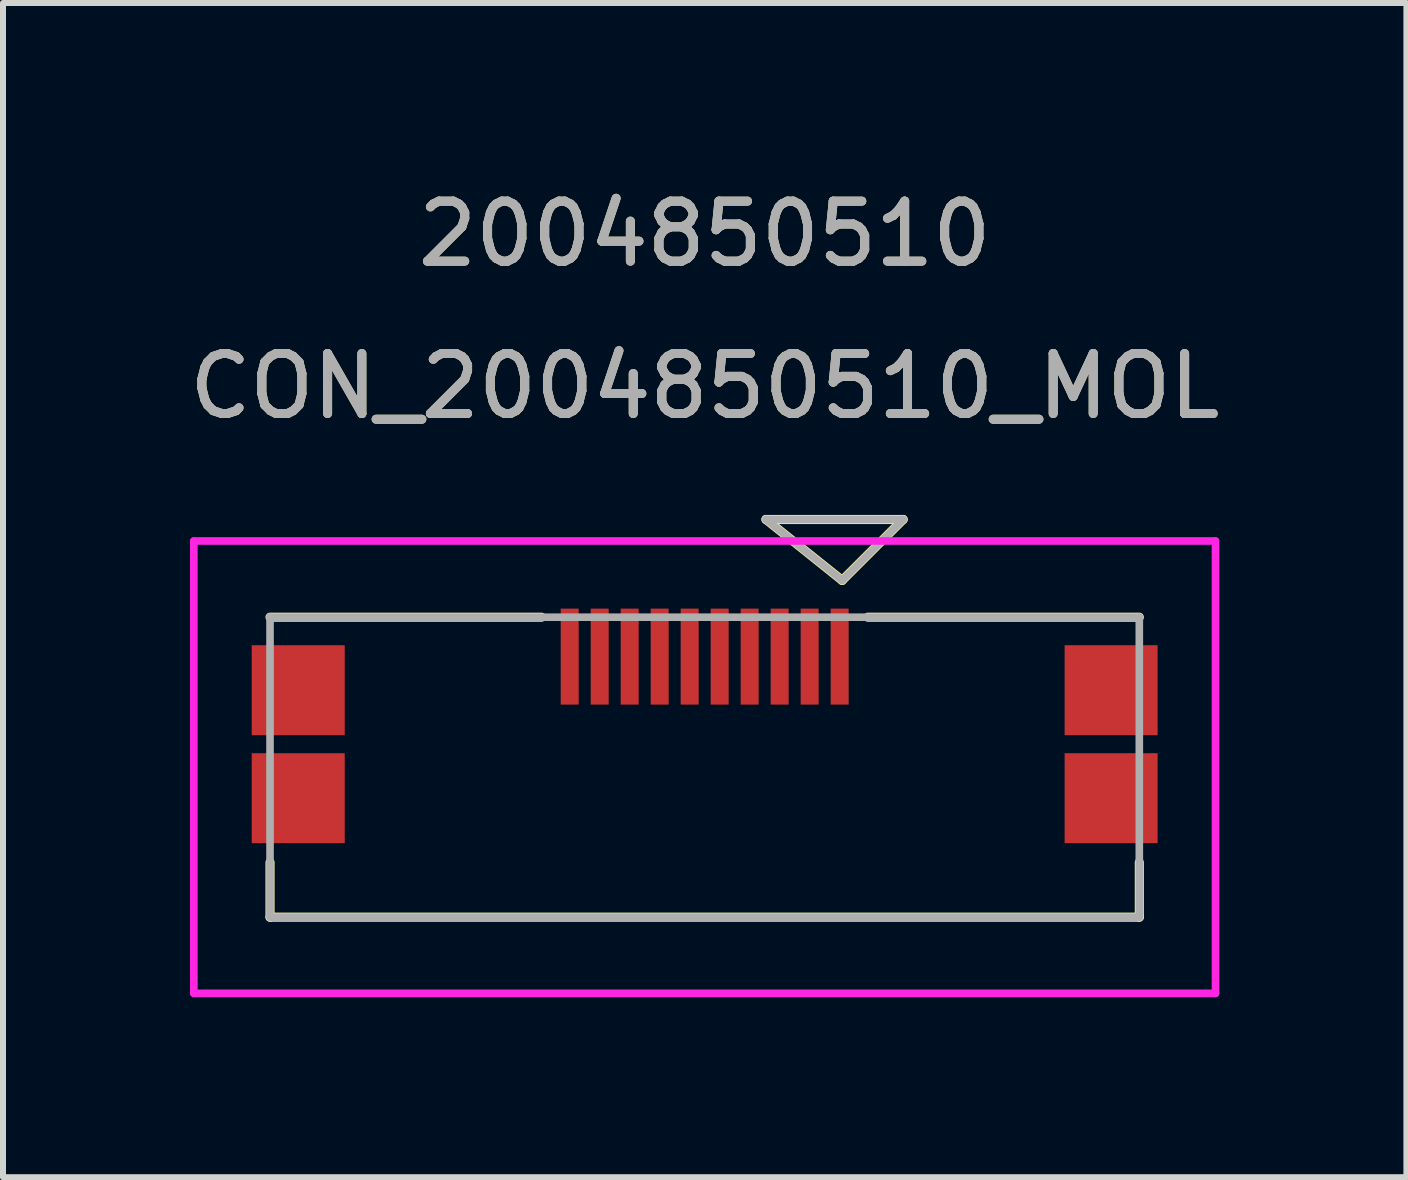
<source format=kicad_pcb>
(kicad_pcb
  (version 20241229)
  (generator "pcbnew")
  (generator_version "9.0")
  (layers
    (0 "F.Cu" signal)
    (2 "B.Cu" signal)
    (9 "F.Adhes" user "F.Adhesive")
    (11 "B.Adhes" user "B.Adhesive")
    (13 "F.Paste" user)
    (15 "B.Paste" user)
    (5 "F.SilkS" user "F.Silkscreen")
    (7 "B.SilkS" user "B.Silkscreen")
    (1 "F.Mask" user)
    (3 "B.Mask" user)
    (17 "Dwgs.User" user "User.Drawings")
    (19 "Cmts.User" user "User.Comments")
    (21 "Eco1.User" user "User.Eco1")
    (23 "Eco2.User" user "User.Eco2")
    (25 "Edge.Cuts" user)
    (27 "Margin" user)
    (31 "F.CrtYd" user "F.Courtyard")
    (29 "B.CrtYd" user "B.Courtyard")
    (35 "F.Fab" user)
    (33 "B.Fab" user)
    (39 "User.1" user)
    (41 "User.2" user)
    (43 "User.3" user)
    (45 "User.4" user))
  (footprint "CON_2004850510_MOL"
    (layer "F.Cu")
    (at 8.696 9.738)
    (property "Reference" "CON_2004850510_MOL" (at 0 -6.35 0) (unlocked yes) (layer "F.SilkS") (effects (font (size 1 1) (thickness 0.15))))
    (attr smd)
    (fp_line (start -7.245 1.587) (end -7.245 2.5) (stroke (width 0.152) (type solid)) (layer "F.SilkS"))
    (fp_line (start -7.245 2.5) (end 7.245 2.5) (stroke (width 0.152) (type solid)) (layer "F.SilkS"))
    (fp_line (start -2.72 -2.5) (end -7.245 -2.5) (stroke (width 0.152) (type solid)) (layer "F.SilkS"))
    (fp_line (start 1.022 -4.129) (end 2.292 -3.113) (stroke (width 0.152) (type solid)) (layer "F.SilkS"))
    (fp_line (start 3.308 -4.129) (end 1.022 -4.129) (stroke (width 0.152) (type solid)) (layer "F.SilkS"))
    (fp_line (start 3.308 -4.129) (end 2.292 -3.113) (stroke (width 0.152) (type solid)) (layer "F.SilkS"))
    (fp_line (start 7.245 -2.5) (end 2.72 -2.5) (stroke (width 0.152) (type solid)) (layer "F.SilkS"))
    (fp_line (start 7.245 2.5) (end 7.245 1.587) (stroke (width 0.152) (type solid)) (layer "F.SilkS"))
    (fp_line (start -8.515 -3.77) (end -8.515 3.77) (stroke (width 0.127) (type solid)) (layer "F.CrtYd"))
    (fp_line (start -8.515 3.77) (end 8.515 3.77) (stroke (width 0.127) (type solid)) (layer "F.CrtYd"))
    (fp_line (start 8.515 -3.77) (end -8.515 -3.77) (stroke (width 0.127) (type solid)) (layer "F.CrtYd"))
    (fp_line (start 8.515 3.77) (end 8.515 -3.77) (stroke (width 0.127) (type solid)) (layer "F.CrtYd"))
    (fp_line (start -7.245 -2.5) (end -7.245 2.5) (stroke (width 0.127) (type solid)) (layer "F.Fab"))
    (fp_line (start -7.245 2.5) (end 7.245 2.5) (stroke (width 0.127) (type solid)) (layer "F.Fab"))
    (fp_line (start 1.022 -4.129) (end 2.292 -3.113) (stroke (width 0.127) (type solid)) (layer "F.Fab"))
    (fp_line (start 3.308 -4.129) (end 1.022 -4.129) (stroke (width 0.127) (type solid)) (layer "F.Fab"))
    (fp_line (start 3.308 -4.129) (end 2.292 -3.113) (stroke (width 0.127) (type solid)) (layer "F.Fab"))
    (fp_line (start 7.245 -2.5) (end -7.245 -2.5) (stroke (width 0.127) (type solid)) (layer "F.Fab"))
    (fp_line (start 7.245 2.5) (end 7.245 -2.5) (stroke (width 0.127) (type solid)) (layer "F.Fab"))
    (fp_text user "2004850510" (at 0 -8.89 0) (unlocked yes) (layer "F.SilkS") (effects (font (size 1 1) (thickness 0.15))))
    (fp_text user "2004850510" (at 0 -8.89 0) (unlocked yes) (layer "F.Fab") (effects (font (size 1 1) (thickness 0.15))))
    (fp_text user "${REFERENCE}" (at 0 -6.35 0) (unlocked yes) (layer "F.Fab") (effects (font (size 1 1) (thickness 0.15))))
    (pad "1" smd rect (at 2.25 -1.843) (size 0.3 1.6) (layers "F.Cu" "F.Mask" "F.Paste"))
    (pad "2" smd rect (at 1.75 -1.843) (size 0.3 1.6) (layers "F.Cu" "F.Mask" "F.Paste"))
    (pad "3" smd rect (at 1.25 -1.843) (size 0.3 1.6) (layers "F.Cu" "F.Mask" "F.Paste"))
    (pad "4" smd rect (at 0.75 -1.843) (size 0.3 1.6) (layers "F.Cu" "F.Mask" "F.Paste"))
    (pad "5" smd rect (at 0.25 -1.843) (size 0.3 1.6) (layers "F.Cu" "F.Mask" "F.Paste"))
    (pad "6" smd rect (at -0.25 -1.843) (size 0.3 1.6) (layers "F.Cu" "F.Mask" "F.Paste"))
    (pad "7" smd rect (at -0.75 -1.843) (size 0.3 1.6) (layers "F.Cu" "F.Mask" "F.Paste"))
    (pad "8" smd rect (at -1.25 -1.843) (size 0.3 1.6) (layers "F.Cu" "F.Mask" "F.Paste"))
    (pad "9" smd rect (at -1.75 -1.843) (size 0.3 1.6) (layers "F.Cu" "F.Mask" "F.Paste"))
    (pad "10" smd rect (at -2.25 -1.843) (size 0.3 1.6) (layers "F.Cu" "F.Mask" "F.Paste"))
    (pad "P1" smd rect (at 6.775 -1.283) (size 1.55 1.5) (layers "F.Cu" "F.Mask" "F.Paste"))
    (pad "P2" smd rect (at -6.775 -1.283) (size 1.55 1.5) (layers "F.Cu" "F.Mask" "F.Paste"))
    (pad "P3" smd rect (at 6.775 0.517) (size 1.55 1.5) (layers "F.Cu" "F.Mask" "F.Paste"))
    (pad "P4" smd rect (at -6.775 0.517) (size 1.55 1.5) (layers "F.Cu" "F.Mask" "F.Paste")))
  (gr_rect
    (start -3 -3)
    (end 20.393 16.572)
    (stroke (width 0.1) (type default))
    (fill no)
    (layer "Edge.Cuts")))
</source>
